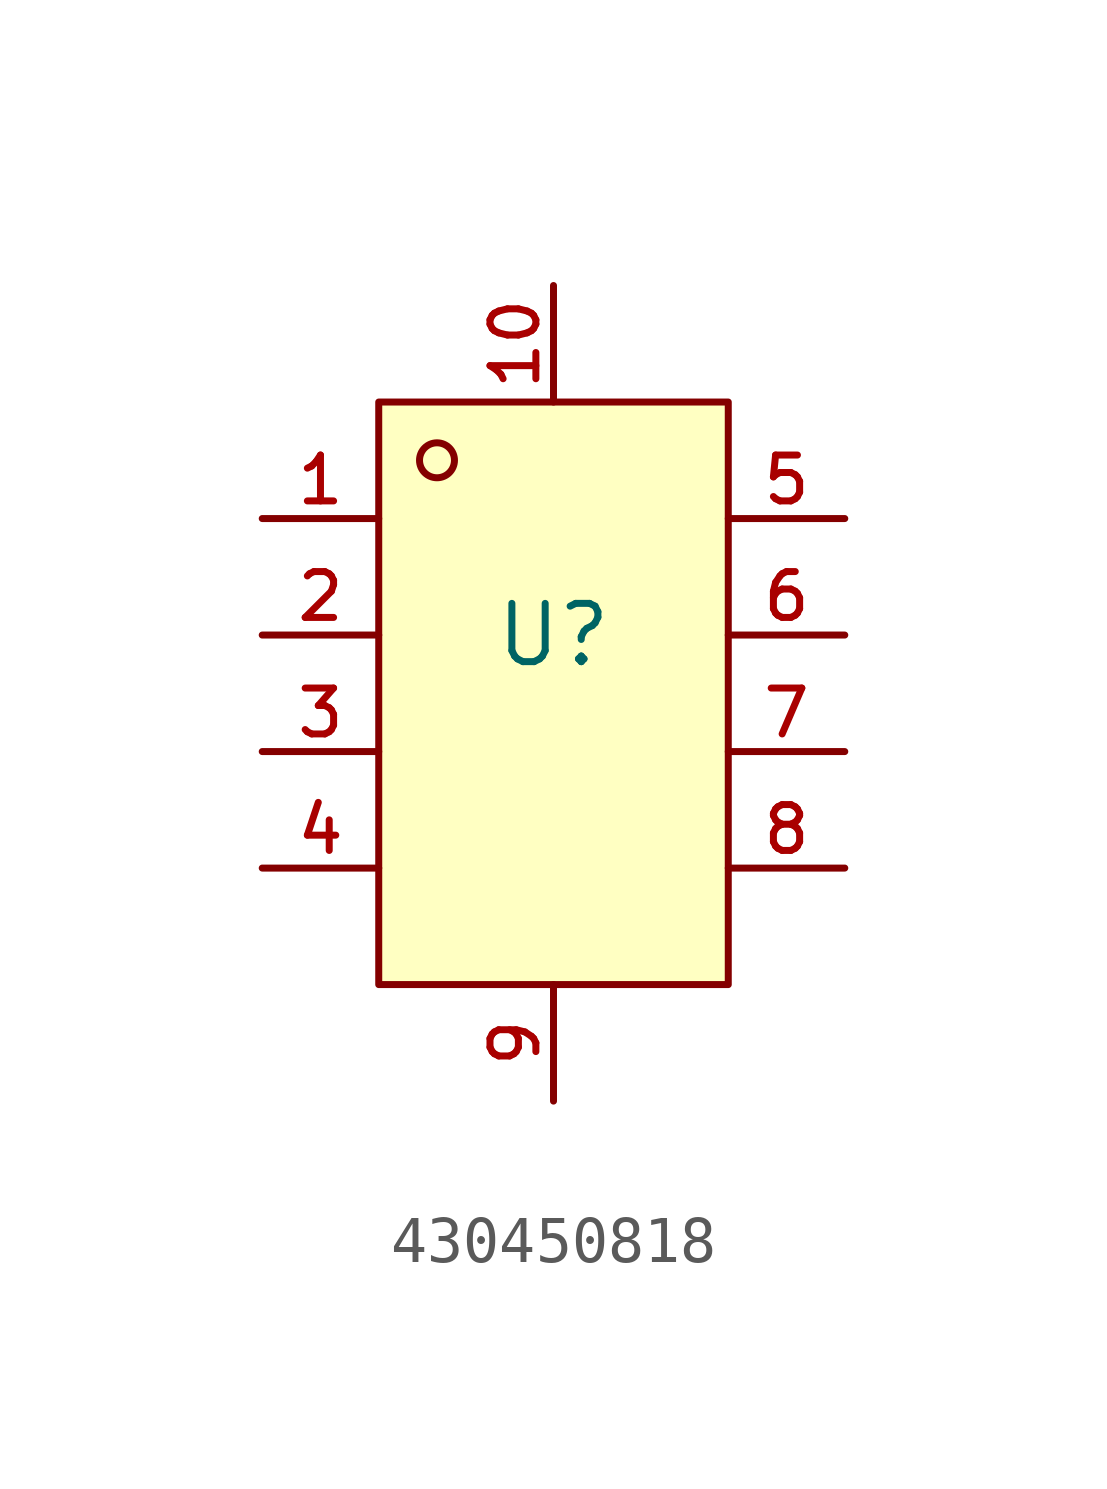
<source format=kicad_sym>
(kicad_symbol_lib
  (version 20210201)
  (generator TousstNicolas/JLC2KiCad_lib)
  (symbol "430450818"
    (pin_names hide)
    (property "Reference" "U"
      (at 0 1.27 0)
      (effects (font (size 1.27 1.27))))
    (symbol "430450818_0_1"
      (rectangle (start -3.81 6.35) (end 3.81 -6.35) (stroke (width 0) (type default) (color 0 0 0 0)) (fill (type background)))
      (circle (center -2.54 5.08) (radius 0.381) (stroke (width 0) (type default) (color 0 0 0 0)) (fill (type background)))
      (pin unspecified line (at -6.35 3.81 0) (length 2.54) (name "1" (effects (font (size 1 1)))) (number "1" (effects (font (size 1 1)))))
      (pin unspecified line (at -6.35 1.27 0) (length 2.54) (name "2" (effects (font (size 1 1)))) (number "2" (effects (font (size 1 1)))))
      (pin unspecified line (at -6.35 -1.27 0) (length 2.54) (name "3" (effects (font (size 1 1)))) (number "3" (effects (font (size 1 1)))))
      (pin unspecified line (at -6.35 -3.81 0) (length 2.54) (name "4" (effects (font (size 1 1)))) (number "4" (effects (font (size 1 1)))))
      (pin unspecified line (at 6.35 3.81 180) (length 2.54) (name "5" (effects (font (size 1 1)))) (number "5" (effects (font (size 1 1)))))
      (pin unspecified line (at 6.35 1.27 180) (length 2.54) (name "6" (effects (font (size 1 1)))) (number "6" (effects (font (size 1 1)))))
      (pin unspecified line (at 6.35 -1.27 180) (length 2.54) (name "7" (effects (font (size 1 1)))) (number "7" (effects (font (size 1 1)))))
      (pin unspecified line (at 6.35 -3.81 180) (length 2.54) (name "8" (effects (font (size 1 1)))) (number "8" (effects (font (size 1 1)))))
      (pin unspecified line (at 0.0 -8.89 90) (length 2.54) (name "9" (effects (font (size 1 1)))) (number "9" (effects (font (size 1 1)))))
      (pin unspecified line (at 0.0 8.89 270) (length 2.54) (name "10" (effects (font (size 1 1)))) (number "10" (effects (font (size 1 1))))))))
</source>
